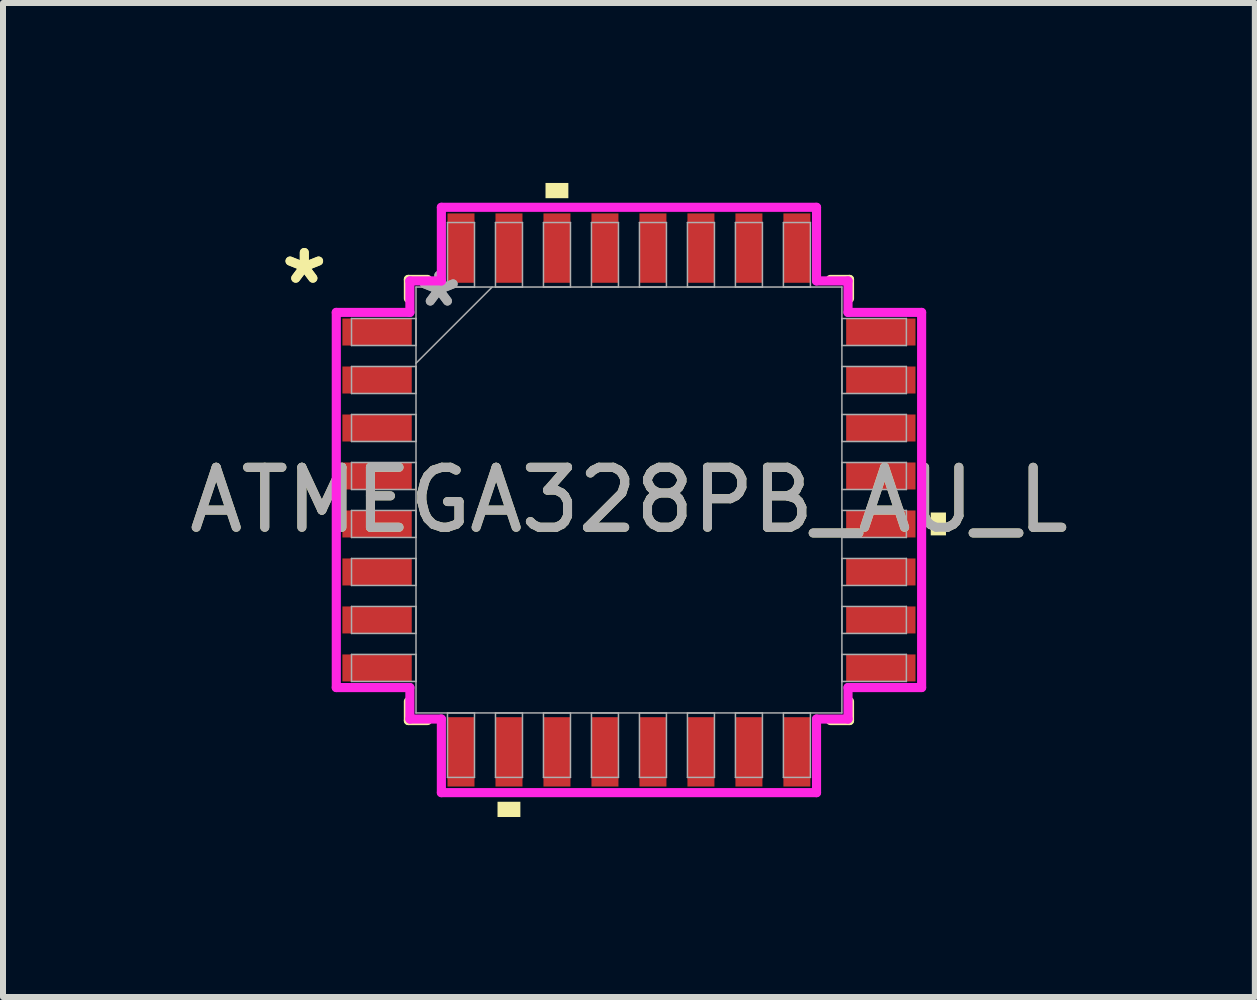
<source format=kicad_pcb>
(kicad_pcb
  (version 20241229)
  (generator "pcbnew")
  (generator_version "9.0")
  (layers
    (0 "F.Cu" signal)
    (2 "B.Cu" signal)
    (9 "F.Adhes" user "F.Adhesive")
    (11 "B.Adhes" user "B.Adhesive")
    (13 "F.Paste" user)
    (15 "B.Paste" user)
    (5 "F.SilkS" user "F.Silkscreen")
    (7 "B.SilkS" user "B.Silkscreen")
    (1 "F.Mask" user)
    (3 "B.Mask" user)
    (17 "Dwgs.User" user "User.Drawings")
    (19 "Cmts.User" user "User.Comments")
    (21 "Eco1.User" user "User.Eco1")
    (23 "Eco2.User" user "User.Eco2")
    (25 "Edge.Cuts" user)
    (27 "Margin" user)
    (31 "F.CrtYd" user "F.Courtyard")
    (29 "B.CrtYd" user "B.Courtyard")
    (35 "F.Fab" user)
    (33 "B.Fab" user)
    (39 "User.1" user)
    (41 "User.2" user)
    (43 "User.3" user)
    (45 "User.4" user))
  (footprint "ATMEGA328PB_AU_L"
    (layer "F.Cu")
    (at 7.435 5.285)
    (property "Reference" "ATMEGA328PB_AU_L" (at 0 0 0) (unlocked yes) (layer "F.SilkS") (effects (font (size 1 1) (thickness 0.15))))
    (attr smd)
    (fp_line (start -3.677 -3.677) (end -3.677 -3.358) (stroke (width 0.152) (type solid)) (layer "F.SilkS"))
    (fp_line (start -3.677 3.358) (end -3.677 3.677) (stroke (width 0.152) (type solid)) (layer "F.SilkS"))
    (fp_line (start -3.677 3.677) (end -3.358 3.677) (stroke (width 0.152) (type solid)) (layer "F.SilkS"))
    (fp_line (start -3.358 -3.677) (end -3.677 -3.677) (stroke (width 0.152) (type solid)) (layer "F.SilkS"))
    (fp_line (start 3.358 3.677) (end 3.677 3.677) (stroke (width 0.152) (type solid)) (layer "F.SilkS"))
    (fp_line (start 3.677 -3.677) (end 3.358 -3.677) (stroke (width 0.152) (type solid)) (layer "F.SilkS"))
    (fp_line (start 3.677 -3.358) (end 3.677 -3.677) (stroke (width 0.152) (type solid)) (layer "F.SilkS"))
    (fp_line (start 3.677 3.677) (end 3.677 3.358) (stroke (width 0.152) (type solid)) (layer "F.SilkS"))
    (fp_poly (pts (xy -2.191 5.031) (xy -2.191 5.285) (xy -1.81 5.285) (xy -1.81 5.031)) (stroke (width 0) (type solid)) (fill yes) (layer "F.SilkS"))
    (fp_poly (pts (xy -1.391 -5.031) (xy -1.391 -5.285) (xy -1.01 -5.285) (xy -1.01 -5.031)) (stroke (width 0) (type solid)) (fill yes) (layer "F.SilkS"))
    (fp_poly (pts (xy 5.285 0.209) (xy 5.285 0.59) (xy 5.031 0.59) (xy 5.031 0.209)) (stroke (width 0) (type solid)) (fill yes) (layer "F.SilkS"))
    (fp_line (start -4.879 -3.127) (end -3.652 -3.127) (stroke (width 0.152) (type solid)) (layer "F.CrtYd"))
    (fp_line (start -4.879 3.127) (end -4.879 -3.127) (stroke (width 0.152) (type solid)) (layer "F.CrtYd"))
    (fp_line (start -3.652 -3.652) (end -3.127 -3.652) (stroke (width 0.152) (type solid)) (layer "F.CrtYd"))
    (fp_line (start -3.652 -3.127) (end -3.652 -3.652) (stroke (width 0.152) (type solid)) (layer "F.CrtYd"))
    (fp_line (start -3.652 3.127) (end -4.879 3.127) (stroke (width 0.152) (type solid)) (layer "F.CrtYd"))
    (fp_line (start -3.652 3.652) (end -3.652 3.127) (stroke (width 0.152) (type solid)) (layer "F.CrtYd"))
    (fp_line (start -3.652 3.652) (end -3.127 3.652) (stroke (width 0.152) (type solid)) (layer "F.CrtYd"))
    (fp_line (start -3.127 -4.879) (end 3.127 -4.879) (stroke (width 0.152) (type solid)) (layer "F.CrtYd"))
    (fp_line (start -3.127 -3.652) (end -3.127 -4.879) (stroke (width 0.152) (type solid)) (layer "F.CrtYd"))
    (fp_line (start -3.127 3.652) (end -3.127 4.879) (stroke (width 0.152) (type solid)) (layer "F.CrtYd"))
    (fp_line (start -3.127 4.879) (end 3.127 4.879) (stroke (width 0.152) (type solid)) (layer "F.CrtYd"))
    (fp_line (start 3.127 -4.879) (end 3.127 -3.652) (stroke (width 0.152) (type solid)) (layer "F.CrtYd"))
    (fp_line (start 3.127 -3.652) (end 3.652 -3.652) (stroke (width 0.152) (type solid)) (layer "F.CrtYd"))
    (fp_line (start 3.127 3.652) (end 3.652 3.652) (stroke (width 0.152) (type solid)) (layer "F.CrtYd"))
    (fp_line (start 3.127 4.879) (end 3.127 3.652) (stroke (width 0.152) (type solid)) (layer "F.CrtYd"))
    (fp_line (start 3.652 -3.127) (end 3.652 -3.652) (stroke (width 0.152) (type solid)) (layer "F.CrtYd"))
    (fp_line (start 3.652 3.127) (end 4.879 3.127) (stroke (width 0.152) (type solid)) (layer "F.CrtYd"))
    (fp_line (start 3.652 3.652) (end 3.652 3.127) (stroke (width 0.152) (type solid)) (layer "F.CrtYd"))
    (fp_line (start 4.879 -3.127) (end 3.652 -3.127) (stroke (width 0.152) (type solid)) (layer "F.CrtYd"))
    (fp_line (start 4.879 3.127) (end 4.879 -3.127) (stroke (width 0.152) (type solid)) (layer "F.CrtYd"))
    (fp_line (start -4.625 -3.025) (end -4.625 -2.575) (stroke (width 0.025) (type solid)) (layer "F.Fab"))
    (fp_line (start -4.625 -2.575) (end -3.55 -2.575) (stroke (width 0.025) (type solid)) (layer "F.Fab"))
    (fp_line (start -4.625 -2.225) (end -4.625 -1.775) (stroke (width 0.025) (type solid)) (layer "F.Fab"))
    (fp_line (start -4.625 -1.775) (end -3.55 -1.775) (stroke (width 0.025) (type solid)) (layer "F.Fab"))
    (fp_line (start -4.625 -1.425) (end -4.625 -0.975) (stroke (width 0.025) (type solid)) (layer "F.Fab"))
    (fp_line (start -4.625 -0.975) (end -3.55 -0.975) (stroke (width 0.025) (type solid)) (layer "F.Fab"))
    (fp_line (start -4.625 -0.625) (end -4.625 -0.175) (stroke (width 0.025) (type solid)) (layer "F.Fab"))
    (fp_line (start -4.625 -0.175) (end -3.55 -0.175) (stroke (width 0.025) (type solid)) (layer "F.Fab"))
    (fp_line (start -4.625 0.175) (end -4.625 0.625) (stroke (width 0.025) (type solid)) (layer "F.Fab"))
    (fp_line (start -4.625 0.625) (end -3.55 0.625) (stroke (width 0.025) (type solid)) (layer "F.Fab"))
    (fp_line (start -4.625 0.975) (end -4.625 1.425) (stroke (width 0.025) (type solid)) (layer "F.Fab"))
    (fp_line (start -4.625 1.425) (end -3.55 1.425) (stroke (width 0.025) (type solid)) (layer "F.Fab"))
    (fp_line (start -4.625 1.775) (end -4.625 2.225) (stroke (width 0.025) (type solid)) (layer "F.Fab"))
    (fp_line (start -4.625 2.225) (end -3.55 2.225) (stroke (width 0.025) (type solid)) (layer "F.Fab"))
    (fp_line (start -4.625 2.575) (end -4.625 3.025) (stroke (width 0.025) (type solid)) (layer "F.Fab"))
    (fp_line (start -4.625 3.025) (end -3.55 3.025) (stroke (width 0.025) (type solid)) (layer "F.Fab"))
    (fp_line (start -3.55 -3.55) (end -3.55 3.55) (stroke (width 0.025) (type solid)) (layer "F.Fab"))
    (fp_line (start -3.55 -3.025) (end -4.625 -3.025) (stroke (width 0.025) (type solid)) (layer "F.Fab"))
    (fp_line (start -3.55 -2.575) (end -3.55 -3.025) (stroke (width 0.025) (type solid)) (layer "F.Fab"))
    (fp_line (start -3.55 -2.28) (end -2.28 -3.55) (stroke (width 0.025) (type solid)) (layer "F.Fab"))
    (fp_line (start -3.55 -2.225) (end -4.625 -2.225) (stroke (width 0.025) (type solid)) (layer "F.Fab"))
    (fp_line (start -3.55 -1.775) (end -3.55 -2.225) (stroke (width 0.025) (type solid)) (layer "F.Fab"))
    (fp_line (start -3.55 -1.425) (end -4.625 -1.425) (stroke (width 0.025) (type solid)) (layer "F.Fab"))
    (fp_line (start -3.55 -0.975) (end -3.55 -1.425) (stroke (width 0.025) (type solid)) (layer "F.Fab"))
    (fp_line (start -3.55 -0.625) (end -4.625 -0.625) (stroke (width 0.025) (type solid)) (layer "F.Fab"))
    (fp_line (start -3.55 -0.175) (end -3.55 -0.625) (stroke (width 0.025) (type solid)) (layer "F.Fab"))
    (fp_line (start -3.55 0.175) (end -4.625 0.175) (stroke (width 0.025) (type solid)) (layer "F.Fab"))
    (fp_line (start -3.55 0.625) (end -3.55 0.175) (stroke (width 0.025) (type solid)) (layer "F.Fab"))
    (fp_line (start -3.55 0.975) (end -4.625 0.975) (stroke (width 0.025) (type solid)) (layer "F.Fab"))
    (fp_line (start -3.55 1.425) (end -3.55 0.975) (stroke (width 0.025) (type solid)) (layer "F.Fab"))
    (fp_line (start -3.55 1.775) (end -4.625 1.775) (stroke (width 0.025) (type solid)) (layer "F.Fab"))
    (fp_line (start -3.55 2.225) (end -3.55 1.775) (stroke (width 0.025) (type solid)) (layer "F.Fab"))
    (fp_line (start -3.55 2.575) (end -4.625 2.575) (stroke (width 0.025) (type solid)) (layer "F.Fab"))
    (fp_line (start -3.55 3.025) (end -3.55 2.575) (stroke (width 0.025) (type solid)) (layer "F.Fab"))
    (fp_line (start -3.55 3.55) (end 3.55 3.55) (stroke (width 0.025) (type solid)) (layer "F.Fab"))
    (fp_line (start -3.025 -4.625) (end -3.025 -3.55) (stroke (width 0.025) (type solid)) (layer "F.Fab"))
    (fp_line (start -3.025 -3.55) (end -2.575 -3.55) (stroke (width 0.025) (type solid)) (layer "F.Fab"))
    (fp_line (start -3.025 3.55) (end -3.025 4.625) (stroke (width 0.025) (type solid)) (layer "F.Fab"))
    (fp_line (start -3.025 4.625) (end -2.575 4.625) (stroke (width 0.025) (type solid)) (layer "F.Fab"))
    (fp_line (start -2.575 3.55) (end -3.025 3.55) (stroke (width 0.025) (type solid)) (layer "F.Fab"))
    (fp_line (start -2.575 4.625) (end -2.575 3.55) (stroke (width 0.025) (type solid)) (layer "F.Fab"))
    (fp_line (start -2.575 -4.625) (end -3.025 -4.625) (stroke (width 0.025) (type solid)) (layer "F.Fab"))
    (fp_line (start -2.575 -3.55) (end -2.575 -4.625) (stroke (width 0.025) (type solid)) (layer "F.Fab"))
    (fp_line (start -2.225 -4.625) (end -2.225 -3.55) (stroke (width 0.025) (type solid)) (layer "F.Fab"))
    (fp_line (start -2.225 -3.55) (end -1.775 -3.55) (stroke (width 0.025) (type solid)) (layer "F.Fab"))
    (fp_line (start -2.225 3.55) (end -2.225 4.625) (stroke (width 0.025) (type solid)) (layer "F.Fab"))
    (fp_line (start -2.225 4.625) (end -1.775 4.625) (stroke (width 0.025) (type solid)) (layer "F.Fab"))
    (fp_line (start -1.775 -4.625) (end -2.225 -4.625) (stroke (width 0.025) (type solid)) (layer "F.Fab"))
    (fp_line (start -1.775 -3.55) (end -1.775 -4.625) (stroke (width 0.025) (type solid)) (layer "F.Fab"))
    (fp_line (start -1.775 3.55) (end -2.225 3.55) (stroke (width 0.025) (type solid)) (layer "F.Fab"))
    (fp_line (start -1.775 4.625) (end -1.775 3.55) (stroke (width 0.025) (type solid)) (layer "F.Fab"))
    (fp_line (start -1.425 -4.625) (end -1.425 -3.55) (stroke (width 0.025) (type solid)) (layer "F.Fab"))
    (fp_line (start -1.425 -3.55) (end -0.975 -3.55) (stroke (width 0.025) (type solid)) (layer "F.Fab"))
    (fp_line (start -1.425 3.55) (end -1.425 4.625) (stroke (width 0.025) (type solid)) (layer "F.Fab"))
    (fp_line (start -1.425 4.625) (end -0.975 4.625) (stroke (width 0.025) (type solid)) (layer "F.Fab"))
    (fp_line (start -0.975 -4.625) (end -1.425 -4.625) (stroke (width 0.025) (type solid)) (layer "F.Fab"))
    (fp_line (start -0.975 -3.55) (end -0.975 -4.625) (stroke (width 0.025) (type solid)) (layer "F.Fab"))
    (fp_line (start -0.975 3.55) (end -1.425 3.55) (stroke (width 0.025) (type solid)) (layer "F.Fab"))
    (fp_line (start -0.975 4.625) (end -0.975 3.55) (stroke (width 0.025) (type solid)) (layer "F.Fab"))
    (fp_line (start -0.625 -4.625) (end -0.625 -3.55) (stroke (width 0.025) (type solid)) (layer "F.Fab"))
    (fp_line (start -0.625 -3.55) (end -0.175 -3.55) (stroke (width 0.025) (type solid)) (layer "F.Fab"))
    (fp_line (start -0.625 3.55) (end -0.625 4.625) (stroke (width 0.025) (type solid)) (layer "F.Fab"))
    (fp_line (start -0.625 4.625) (end -0.175 4.625) (stroke (width 0.025) (type solid)) (layer "F.Fab"))
    (fp_line (start -0.175 -4.625) (end -0.625 -4.625) (stroke (width 0.025) (type solid)) (layer "F.Fab"))
    (fp_line (start -0.175 -3.55) (end -0.175 -4.625) (stroke (width 0.025) (type solid)) (layer "F.Fab"))
    (fp_line (start -0.175 3.55) (end -0.625 3.55) (stroke (width 0.025) (type solid)) (layer "F.Fab"))
    (fp_line (start -0.175 4.625) (end -0.175 3.55) (stroke (width 0.025) (type solid)) (layer "F.Fab"))
    (fp_line (start 0.175 -4.625) (end 0.175 -3.55) (stroke (width 0.025) (type solid)) (layer "F.Fab"))
    (fp_line (start 0.175 -3.55) (end 0.625 -3.55) (stroke (width 0.025) (type solid)) (layer "F.Fab"))
    (fp_line (start 0.175 3.55) (end 0.175 4.625) (stroke (width 0.025) (type solid)) (layer "F.Fab"))
    (fp_line (start 0.175 4.625) (end 0.625 4.625) (stroke (width 0.025) (type solid)) (layer "F.Fab"))
    (fp_line (start 0.625 -4.625) (end 0.175 -4.625) (stroke (width 0.025) (type solid)) (layer "F.Fab"))
    (fp_line (start 0.625 -3.55) (end 0.625 -4.625) (stroke (width 0.025) (type solid)) (layer "F.Fab"))
    (fp_line (start 0.625 3.55) (end 0.175 3.55) (stroke (width 0.025) (type solid)) (layer "F.Fab"))
    (fp_line (start 0.625 4.625) (end 0.625 3.55) (stroke (width 0.025) (type solid)) (layer "F.Fab"))
    (fp_line (start 0.975 -4.625) (end 0.975 -3.55) (stroke (width 0.025) (type solid)) (layer "F.Fab"))
    (fp_line (start 0.975 -3.55) (end 1.425 -3.55) (stroke (width 0.025) (type solid)) (layer "F.Fab"))
    (fp_line (start 0.975 3.55) (end 0.975 4.625) (stroke (width 0.025) (type solid)) (layer "F.Fab"))
    (fp_line (start 0.975 4.625) (end 1.425 4.625) (stroke (width 0.025) (type solid)) (layer "F.Fab"))
    (fp_line (start 1.425 -4.625) (end 0.975 -4.625) (stroke (width 0.025) (type solid)) (layer "F.Fab"))
    (fp_line (start 1.425 -3.55) (end 1.425 -4.625) (stroke (width 0.025) (type solid)) (layer "F.Fab"))
    (fp_line (start 1.425 3.55) (end 0.975 3.55) (stroke (width 0.025) (type solid)) (layer "F.Fab"))
    (fp_line (start 1.425 4.625) (end 1.425 3.55) (stroke (width 0.025) (type solid)) (layer "F.Fab"))
    (fp_line (start 1.775 -4.625) (end 1.775 -3.55) (stroke (width 0.025) (type solid)) (layer "F.Fab"))
    (fp_line (start 1.775 -3.55) (end 2.225 -3.55) (stroke (width 0.025) (type solid)) (layer "F.Fab"))
    (fp_line (start 1.775 3.55) (end 1.775 4.625) (stroke (width 0.025) (type solid)) (layer "F.Fab"))
    (fp_line (start 1.775 4.625) (end 2.225 4.625) (stroke (width 0.025) (type solid)) (layer "F.Fab"))
    (fp_line (start 2.225 -4.625) (end 1.775 -4.625) (stroke (width 0.025) (type solid)) (layer "F.Fab"))
    (fp_line (start 2.225 -3.55) (end 2.225 -4.625) (stroke (width 0.025) (type solid)) (layer "F.Fab"))
    (fp_line (start 2.225 3.55) (end 1.775 3.55) (stroke (width 0.025) (type solid)) (layer "F.Fab"))
    (fp_line (start 2.225 4.625) (end 2.225 3.55) (stroke (width 0.025) (type solid)) (layer "F.Fab"))
    (fp_line (start 2.575 3.55) (end 2.575 4.625) (stroke (width 0.025) (type solid)) (layer "F.Fab"))
    (fp_line (start 2.575 4.625) (end 3.025 4.625) (stroke (width 0.025) (type solid)) (layer "F.Fab"))
    (fp_line (start 2.575 -4.625) (end 2.575 -3.55) (stroke (width 0.025) (type solid)) (layer "F.Fab"))
    (fp_line (start 2.575 -3.55) (end 3.025 -3.55) (stroke (width 0.025) (type solid)) (layer "F.Fab"))
    (fp_line (start 3.025 -4.625) (end 2.575 -4.625) (stroke (width 0.025) (type solid)) (layer "F.Fab"))
    (fp_line (start 3.025 -3.55) (end 3.025 -4.625) (stroke (width 0.025) (type solid)) (layer "F.Fab"))
    (fp_line (start 3.025 3.55) (end 2.575 3.55) (stroke (width 0.025) (type solid)) (layer "F.Fab"))
    (fp_line (start 3.025 4.625) (end 3.025 3.55) (stroke (width 0.025) (type solid)) (layer "F.Fab"))
    (fp_line (start 3.55 -3.55) (end -3.55 -3.55) (stroke (width 0.025) (type solid)) (layer "F.Fab"))
    (fp_line (start 3.55 -3.025) (end 3.55 -2.575) (stroke (width 0.025) (type solid)) (layer "F.Fab"))
    (fp_line (start 3.55 -2.575) (end 4.625 -2.575) (stroke (width 0.025) (type solid)) (layer "F.Fab"))
    (fp_line (start 3.55 -2.225) (end 3.55 -1.775) (stroke (width 0.025) (type solid)) (layer "F.Fab"))
    (fp_line (start 3.55 -1.775) (end 4.625 -1.775) (stroke (width 0.025) (type solid)) (layer "F.Fab"))
    (fp_line (start 3.55 -1.425) (end 3.55 -0.975) (stroke (width 0.025) (type solid)) (layer "F.Fab"))
    (fp_line (start 3.55 -0.975) (end 4.625 -0.975) (stroke (width 0.025) (type solid)) (layer "F.Fab"))
    (fp_line (start 3.55 -0.625) (end 3.55 -0.175) (stroke (width 0.025) (type solid)) (layer "F.Fab"))
    (fp_line (start 3.55 -0.175) (end 4.625 -0.175) (stroke (width 0.025) (type solid)) (layer "F.Fab"))
    (fp_line (start 3.55 0.175) (end 3.55 0.625) (stroke (width 0.025) (type solid)) (layer "F.Fab"))
    (fp_line (start 3.55 0.625) (end 4.625 0.625) (stroke (width 0.025) (type solid)) (layer "F.Fab"))
    (fp_line (start 3.55 0.975) (end 3.55 1.425) (stroke (width 0.025) (type solid)) (layer "F.Fab"))
    (fp_line (start 3.55 1.425) (end 4.625 1.425) (stroke (width 0.025) (type solid)) (layer "F.Fab"))
    (fp_line (start 3.55 1.775) (end 3.55 2.225) (stroke (width 0.025) (type solid)) (layer "F.Fab"))
    (fp_line (start 3.55 2.225) (end 4.625 2.225) (stroke (width 0.025) (type solid)) (layer "F.Fab"))
    (fp_line (start 3.55 2.575) (end 3.55 3.025) (stroke (width 0.025) (type solid)) (layer "F.Fab"))
    (fp_line (start 3.55 3.025) (end 4.625 3.025) (stroke (width 0.025) (type solid)) (layer "F.Fab"))
    (fp_line (start 3.55 3.55) (end 3.55 -3.55) (stroke (width 0.025) (type solid)) (layer "F.Fab"))
    (fp_line (start 4.625 -3.025) (end 3.55 -3.025) (stroke (width 0.025) (type solid)) (layer "F.Fab"))
    (fp_line (start 4.625 -2.575) (end 4.625 -3.025) (stroke (width 0.025) (type solid)) (layer "F.Fab"))
    (fp_line (start 4.625 -2.225) (end 3.55 -2.225) (stroke (width 0.025) (type solid)) (layer "F.Fab"))
    (fp_line (start 4.625 -1.775) (end 4.625 -2.225) (stroke (width 0.025) (type solid)) (layer "F.Fab"))
    (fp_line (start 4.625 -1.425) (end 3.55 -1.425) (stroke (width 0.025) (type solid)) (layer "F.Fab"))
    (fp_line (start 4.625 -0.975) (end 4.625 -1.425) (stroke (width 0.025) (type solid)) (layer "F.Fab"))
    (fp_line (start 4.625 -0.625) (end 3.55 -0.625) (stroke (width 0.025) (type solid)) (layer "F.Fab"))
    (fp_line (start 4.625 -0.175) (end 4.625 -0.625) (stroke (width 0.025) (type solid)) (layer "F.Fab"))
    (fp_line (start 4.625 0.175) (end 3.55 0.175) (stroke (width 0.025) (type solid)) (layer "F.Fab"))
    (fp_line (start 4.625 0.625) (end 4.625 0.175) (stroke (width 0.025) (type solid)) (layer "F.Fab"))
    (fp_line (start 4.625 0.975) (end 3.55 0.975) (stroke (width 0.025) (type solid)) (layer "F.Fab"))
    (fp_line (start 4.625 1.425) (end 4.625 0.975) (stroke (width 0.025) (type solid)) (layer "F.Fab"))
    (fp_line (start 4.625 1.775) (end 3.55 1.775) (stroke (width 0.025) (type solid)) (layer "F.Fab"))
    (fp_line (start 4.625 2.225) (end 4.625 1.775) (stroke (width 0.025) (type solid)) (layer "F.Fab"))
    (fp_line (start 4.625 2.575) (end 3.55 2.575) (stroke (width 0.025) (type solid)) (layer "F.Fab"))
    (fp_line (start 4.625 3.025) (end 4.625 2.575) (stroke (width 0.025) (type solid)) (layer "F.Fab"))
    (fp_text user "*" (at -5.412 -3.581 0) (layer "F.SilkS") (effects (font (size 1 1) (thickness 0.15))))
    (fp_text user "*" (at -5.412 -3.581 0) (unlocked yes) (layer "F.SilkS") (effects (font (size 1 1) (thickness 0.15))))
    (fp_text user "*" (at -3.169 -3.2 0) (layer "F.Fab") (effects (font (size 1 1) (thickness 0.15))))
    (fp_text user "*" (at -3.169 -3.2 0) (unlocked yes) (layer "F.Fab") (effects (font (size 1 1) (thickness 0.15))))
    (fp_text user "${REFERENCE}" (at 0 0 0) (unlocked yes) (layer "F.Fab") (effects (font (size 1 1) (thickness 0.15))))
    (pad "1" smd rect (at -4.199 -2.8 90) (size 0.45 1.156) (layers "F.Cu" "F.Mask" "F.Paste"))
    (pad "2" smd rect (at -4.199 -2 90) (size 0.45 1.156) (layers "F.Cu" "F.Mask" "F.Paste"))
    (pad "3" smd rect (at -4.199 -1.2 90) (size 0.45 1.156) (layers "F.Cu" "F.Mask" "F.Paste"))
    (pad "4" smd rect (at -4.199 -0.4 90) (size 0.45 1.156) (layers "F.Cu" "F.Mask" "F.Paste"))
    (pad "5" smd rect (at -4.199 0.4 90) (size 0.45 1.156) (layers "F.Cu" "F.Mask" "F.Paste"))
    (pad "6" smd rect (at -4.199 1.2 90) (size 0.45 1.156) (layers "F.Cu" "F.Mask" "F.Paste"))
    (pad "7" smd rect (at -4.199 2 90) (size 0.45 1.156) (layers "F.Cu" "F.Mask" "F.Paste"))
    (pad "8" smd rect (at -4.199 2.8 90) (size 0.45 1.156) (layers "F.Cu" "F.Mask" "F.Paste"))
    (pad "9" smd rect (at -2.8 4.199) (size 0.45 1.156) (layers "F.Cu" "F.Mask" "F.Paste"))
    (pad "10" smd rect (at -2 4.199) (size 0.45 1.156) (layers "F.Cu" "F.Mask" "F.Paste"))
    (pad "11" smd rect (at -1.2 4.199) (size 0.45 1.156) (layers "F.Cu" "F.Mask" "F.Paste"))
    (pad "12" smd rect (at -0.4 4.199) (size 0.45 1.156) (layers "F.Cu" "F.Mask" "F.Paste"))
    (pad "13" smd rect (at 0.4 4.199) (size 0.45 1.156) (layers "F.Cu" "F.Mask" "F.Paste"))
    (pad "14" smd rect (at 1.2 4.199) (size 0.45 1.156) (layers "F.Cu" "F.Mask" "F.Paste"))
    (pad "15" smd rect (at 2 4.199) (size 0.45 1.156) (layers "F.Cu" "F.Mask" "F.Paste"))
    (pad "16" smd rect (at 2.8 4.199) (size 0.45 1.156) (layers "F.Cu" "F.Mask" "F.Paste"))
    (pad "17" smd rect (at 4.199 2.8 90) (size 0.45 1.156) (layers "F.Cu" "F.Mask" "F.Paste"))
    (pad "18" smd rect (at 4.199 2 90) (size 0.45 1.156) (layers "F.Cu" "F.Mask" "F.Paste"))
    (pad "19" smd rect (at 4.199 1.2 90) (size 0.45 1.156) (layers "F.Cu" "F.Mask" "F.Paste"))
    (pad "20" smd rect (at 4.199 0.4 90) (size 0.45 1.156) (layers "F.Cu" "F.Mask" "F.Paste"))
    (pad "21" smd rect (at 4.199 -0.4 90) (size 0.45 1.156) (layers "F.Cu" "F.Mask" "F.Paste"))
    (pad "22" smd rect (at 4.199 -1.2 90) (size 0.45 1.156) (layers "F.Cu" "F.Mask" "F.Paste"))
    (pad "23" smd rect (at 4.199 -2 90) (size 0.45 1.156) (layers "F.Cu" "F.Mask" "F.Paste"))
    (pad "24" smd rect (at 4.199 -2.8 90) (size 0.45 1.156) (layers "F.Cu" "F.Mask" "F.Paste"))
    (pad "25" smd rect (at 2.8 -4.199) (size 0.45 1.156) (layers "F.Cu" "F.Mask" "F.Paste"))
    (pad "26" smd rect (at 2 -4.199) (size 0.45 1.156) (layers "F.Cu" "F.Mask" "F.Paste"))
    (pad "27" smd rect (at 1.2 -4.199) (size 0.45 1.156) (layers "F.Cu" "F.Mask" "F.Paste"))
    (pad "28" smd rect (at 0.4 -4.199) (size 0.45 1.156) (layers "F.Cu" "F.Mask" "F.Paste"))
    (pad "29" smd rect (at -0.4 -4.199) (size 0.45 1.156) (layers "F.Cu" "F.Mask" "F.Paste"))
    (pad "30" smd rect (at -1.2 -4.199) (size 0.45 1.156) (layers "F.Cu" "F.Mask" "F.Paste"))
    (pad "31" smd rect (at -2 -4.199) (size 0.45 1.156) (layers "F.Cu" "F.Mask" "F.Paste"))
    (pad "32" smd rect (at -2.8 -4.199) (size 0.45 1.156) (layers "F.Cu" "F.Mask" "F.Paste")))
  (gr_rect
    (start -3 -3)
    (end 17.869 13.571)
    (stroke (width 0.1) (type default))
    (fill no)
    (layer "Edge.Cuts")))
</source>
